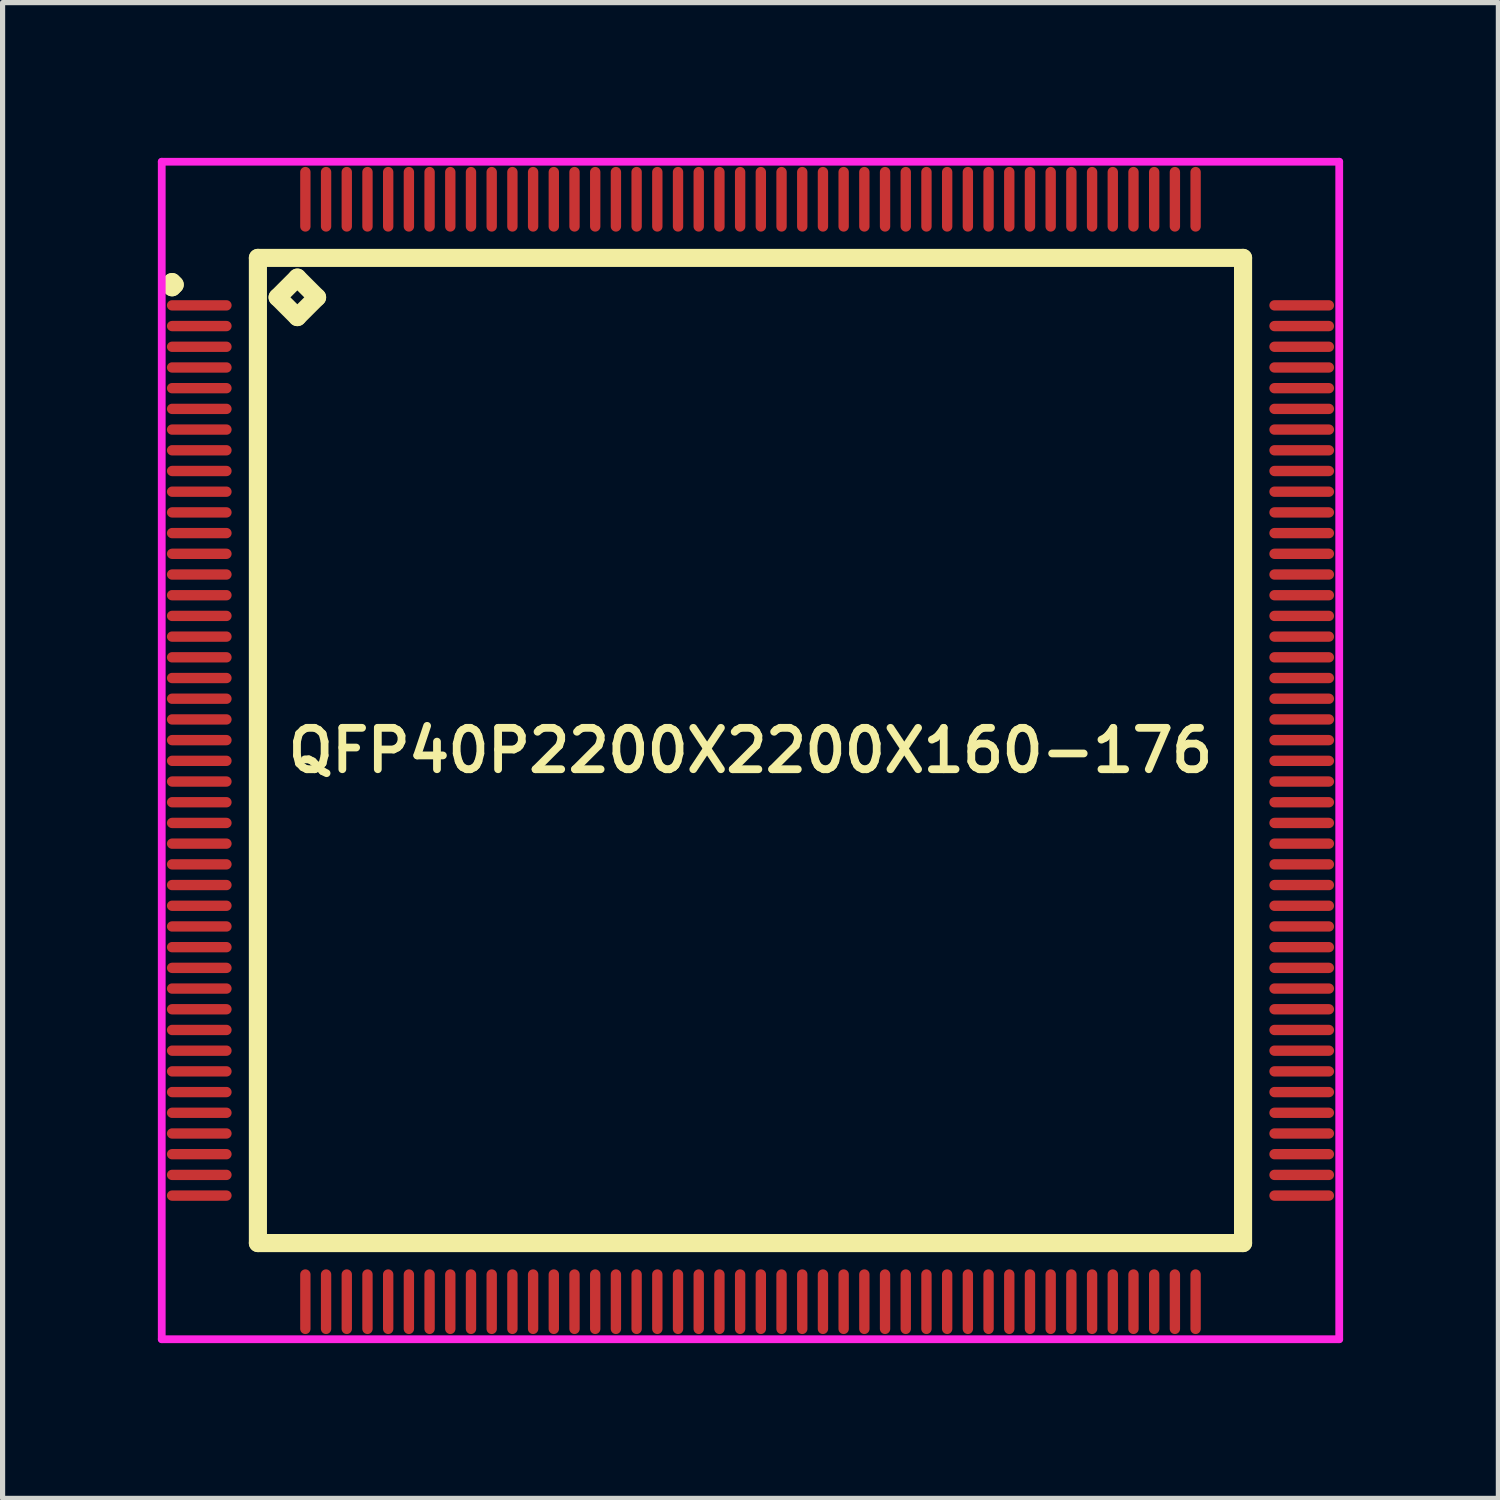
<source format=kicad_pcb>
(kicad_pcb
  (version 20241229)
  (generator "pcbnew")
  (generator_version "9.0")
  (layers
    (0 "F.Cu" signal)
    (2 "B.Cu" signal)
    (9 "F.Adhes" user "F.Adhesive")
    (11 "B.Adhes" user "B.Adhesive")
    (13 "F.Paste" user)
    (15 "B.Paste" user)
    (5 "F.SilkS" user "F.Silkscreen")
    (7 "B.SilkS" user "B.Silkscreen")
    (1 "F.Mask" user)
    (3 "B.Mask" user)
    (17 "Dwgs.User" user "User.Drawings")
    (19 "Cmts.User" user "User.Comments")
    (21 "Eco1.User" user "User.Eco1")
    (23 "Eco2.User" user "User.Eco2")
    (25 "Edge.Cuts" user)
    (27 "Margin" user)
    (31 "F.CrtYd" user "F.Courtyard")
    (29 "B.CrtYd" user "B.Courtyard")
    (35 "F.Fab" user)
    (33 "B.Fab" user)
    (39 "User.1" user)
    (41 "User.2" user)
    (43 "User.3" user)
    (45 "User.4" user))
  (footprint "QFP40P2200X2200X160-176"
    (layer "F.Cu")
    (at 11.45 11.45)
    (property "Reference" "QFP40P2200X2200X160-176" (at 0 0 0) (layer "F.SilkS") (effects (font (size 0.8 0.8) (thickness 0.15))))
    (attr through_hole)
    (fp_line (start -11.225 -9) (end -11.175 -9.05) (stroke (width 0.35) (type solid)) (layer "F.SilkS"))
    (fp_line (start -11.175 -9.05) (end -11.125 -9) (stroke (width 0.35) (type solid)) (layer "F.SilkS"))
    (fp_line (start -11.175 -8.95) (end -11.225 -9) (stroke (width 0.35) (type solid)) (layer "F.SilkS"))
    (fp_line (start -11.125 -9) (end -11.175 -8.95) (stroke (width 0.35) (type solid)) (layer "F.SilkS"))
    (fp_line (start -9.517 -9.517) (end -9.517 9.517) (stroke (width 0.35) (type solid)) (layer "F.SilkS"))
    (fp_line (start -9.517 9.517) (end 9.517 9.517) (stroke (width 0.35) (type solid)) (layer "F.SilkS"))
    (fp_line (start -9.136 -8.755) (end -8.755 -9.136) (stroke (width 0.35) (type solid)) (layer "F.SilkS"))
    (fp_line (start -8.755 -9.136) (end -8.374 -8.755) (stroke (width 0.35) (type solid)) (layer "F.SilkS"))
    (fp_line (start -8.755 -8.374) (end -9.136 -8.755) (stroke (width 0.35) (type solid)) (layer "F.SilkS"))
    (fp_line (start -8.374 -8.755) (end -8.755 -8.374) (stroke (width 0.35) (type solid)) (layer "F.SilkS"))
    (fp_line (start 9.517 -9.517) (end -9.517 -9.517) (stroke (width 0.35) (type solid)) (layer "F.SilkS"))
    (fp_line (start 9.517 9.517) (end 9.517 -9.517) (stroke (width 0.35) (type solid)) (layer "F.SilkS"))
    (fp_line (start -11.375 -11.375) (end 11.375 -11.375) (stroke (width 0.15) (type solid)) (layer "F.CrtYd"))
    (fp_line (start -11.375 11.375) (end -11.375 -11.375) (stroke (width 0.15) (type solid)) (layer "F.CrtYd"))
    (fp_line (start 11.375 -11.375) (end 11.375 11.375) (stroke (width 0.15) (type solid)) (layer "F.CrtYd"))
    (fp_line (start 11.375 11.375) (end -11.375 11.375) (stroke (width 0.15) (type solid)) (layer "F.CrtYd"))
    (pad "1" smd oval (at -10.65 -8.6) (size 1.25 0.2) (layers "F.Cu" "F.Mask" "F.Paste"))
    (pad "2" smd oval (at -10.65 -8.2) (size 1.25 0.2) (layers "F.Cu" "F.Mask" "F.Paste"))
    (pad "3" smd oval (at -10.65 -7.8) (size 1.25 0.2) (layers "F.Cu" "F.Mask" "F.Paste"))
    (pad "4" smd oval (at -10.65 -7.4) (size 1.25 0.2) (layers "F.Cu" "F.Mask" "F.Paste"))
    (pad "5" smd oval (at -10.65 -7) (size 1.25 0.2) (layers "F.Cu" "F.Mask" "F.Paste"))
    (pad "6" smd oval (at -10.65 -6.6) (size 1.25 0.2) (layers "F.Cu" "F.Mask" "F.Paste"))
    (pad "7" smd oval (at -10.65 -6.2) (size 1.25 0.2) (layers "F.Cu" "F.Mask" "F.Paste"))
    (pad "8" smd oval (at -10.65 -5.8) (size 1.25 0.2) (layers "F.Cu" "F.Mask" "F.Paste"))
    (pad "9" smd oval (at -10.65 -5.4) (size 1.25 0.2) (layers "F.Cu" "F.Mask" "F.Paste"))
    (pad "10" smd oval (at -10.65 -5) (size 1.25 0.2) (layers "F.Cu" "F.Mask" "F.Paste"))
    (pad "11" smd oval (at -10.65 -4.6) (size 1.25 0.2) (layers "F.Cu" "F.Mask" "F.Paste"))
    (pad "12" smd oval (at -10.65 -4.2) (size 1.25 0.2) (layers "F.Cu" "F.Mask" "F.Paste"))
    (pad "13" smd oval (at -10.65 -3.8) (size 1.25 0.2) (layers "F.Cu" "F.Mask" "F.Paste"))
    (pad "14" smd oval (at -10.65 -3.4) (size 1.25 0.2) (layers "F.Cu" "F.Mask" "F.Paste"))
    (pad "15" smd oval (at -10.65 -3) (size 1.25 0.2) (layers "F.Cu" "F.Mask" "F.Paste"))
    (pad "16" smd oval (at -10.65 -2.6) (size 1.25 0.2) (layers "F.Cu" "F.Mask" "F.Paste"))
    (pad "17" smd oval (at -10.65 -2.2) (size 1.25 0.2) (layers "F.Cu" "F.Mask" "F.Paste"))
    (pad "18" smd oval (at -10.65 -1.8) (size 1.25 0.2) (layers "F.Cu" "F.Mask" "F.Paste"))
    (pad "19" smd oval (at -10.65 -1.4) (size 1.25 0.2) (layers "F.Cu" "F.Mask" "F.Paste"))
    (pad "20" smd oval (at -10.65 -1) (size 1.25 0.2) (layers "F.Cu" "F.Mask" "F.Paste"))
    (pad "21" smd oval (at -10.65 -0.6) (size 1.25 0.2) (layers "F.Cu" "F.Mask" "F.Paste"))
    (pad "22" smd oval (at -10.65 -0.2) (size 1.25 0.2) (layers "F.Cu" "F.Mask" "F.Paste"))
    (pad "23" smd oval (at -10.65 0.2) (size 1.25 0.2) (layers "F.Cu" "F.Mask" "F.Paste"))
    (pad "24" smd oval (at -10.65 0.6) (size 1.25 0.2) (layers "F.Cu" "F.Mask" "F.Paste"))
    (pad "25" smd oval (at -10.65 1) (size 1.25 0.2) (layers "F.Cu" "F.Mask" "F.Paste"))
    (pad "26" smd oval (at -10.65 1.4) (size 1.25 0.2) (layers "F.Cu" "F.Mask" "F.Paste"))
    (pad "27" smd oval (at -10.65 1.8) (size 1.25 0.2) (layers "F.Cu" "F.Mask" "F.Paste"))
    (pad "28" smd oval (at -10.65 2.2) (size 1.25 0.2) (layers "F.Cu" "F.Mask" "F.Paste"))
    (pad "29" smd oval (at -10.65 2.6) (size 1.25 0.2) (layers "F.Cu" "F.Mask" "F.Paste"))
    (pad "30" smd oval (at -10.65 3) (size 1.25 0.2) (layers "F.Cu" "F.Mask" "F.Paste"))
    (pad "31" smd oval (at -10.65 3.4) (size 1.25 0.2) (layers "F.Cu" "F.Mask" "F.Paste"))
    (pad "32" smd oval (at -10.65 3.8) (size 1.25 0.2) (layers "F.Cu" "F.Mask" "F.Paste"))
    (pad "33" smd oval (at -10.65 4.2) (size 1.25 0.2) (layers "F.Cu" "F.Mask" "F.Paste"))
    (pad "34" smd oval (at -10.65 4.6) (size 1.25 0.2) (layers "F.Cu" "F.Mask" "F.Paste"))
    (pad "35" smd oval (at -10.65 5) (size 1.25 0.2) (layers "F.Cu" "F.Mask" "F.Paste"))
    (pad "36" smd oval (at -10.65 5.4) (size 1.25 0.2) (layers "F.Cu" "F.Mask" "F.Paste"))
    (pad "37" smd oval (at -10.65 5.8) (size 1.25 0.2) (layers "F.Cu" "F.Mask" "F.Paste"))
    (pad "38" smd oval (at -10.65 6.2) (size 1.25 0.2) (layers "F.Cu" "F.Mask" "F.Paste"))
    (pad "39" smd oval (at -10.65 6.6) (size 1.25 0.2) (layers "F.Cu" "F.Mask" "F.Paste"))
    (pad "40" smd oval (at -10.65 7) (size 1.25 0.2) (layers "F.Cu" "F.Mask" "F.Paste"))
    (pad "41" smd oval (at -10.65 7.4) (size 1.25 0.2) (layers "F.Cu" "F.Mask" "F.Paste"))
    (pad "42" smd oval (at -10.65 7.8) (size 1.25 0.2) (layers "F.Cu" "F.Mask" "F.Paste"))
    (pad "43" smd oval (at -10.65 8.2) (size 1.25 0.2) (layers "F.Cu" "F.Mask" "F.Paste"))
    (pad "44" smd oval (at -10.65 8.6) (size 1.25 0.2) (layers "F.Cu" "F.Mask" "F.Paste"))
    (pad "45" smd oval (at -8.6 10.65) (size 0.2 1.25) (layers "F.Cu" "F.Mask" "F.Paste"))
    (pad "46" smd oval (at -8.2 10.65) (size 0.2 1.25) (layers "F.Cu" "F.Mask" "F.Paste"))
    (pad "47" smd oval (at -7.8 10.65) (size 0.2 1.25) (layers "F.Cu" "F.Mask" "F.Paste"))
    (pad "48" smd oval (at -7.4 10.65) (size 0.2 1.25) (layers "F.Cu" "F.Mask" "F.Paste"))
    (pad "49" smd oval (at -7 10.65) (size 0.2 1.25) (layers "F.Cu" "F.Mask" "F.Paste"))
    (pad "50" smd oval (at -6.6 10.65) (size 0.2 1.25) (layers "F.Cu" "F.Mask" "F.Paste"))
    (pad "51" smd oval (at -6.2 10.65) (size 0.2 1.25) (layers "F.Cu" "F.Mask" "F.Paste"))
    (pad "52" smd oval (at -5.8 10.65) (size 0.2 1.25) (layers "F.Cu" "F.Mask" "F.Paste"))
    (pad "53" smd oval (at -5.4 10.65) (size 0.2 1.25) (layers "F.Cu" "F.Mask" "F.Paste"))
    (pad "54" smd oval (at -5 10.65) (size 0.2 1.25) (layers "F.Cu" "F.Mask" "F.Paste"))
    (pad "55" smd oval (at -4.6 10.65) (size 0.2 1.25) (layers "F.Cu" "F.Mask" "F.Paste"))
    (pad "56" smd oval (at -4.2 10.65) (size 0.2 1.25) (layers "F.Cu" "F.Mask" "F.Paste"))
    (pad "57" smd oval (at -3.8 10.65) (size 0.2 1.25) (layers "F.Cu" "F.Mask" "F.Paste"))
    (pad "58" smd oval (at -3.4 10.65) (size 0.2 1.25) (layers "F.Cu" "F.Mask" "F.Paste"))
    (pad "59" smd oval (at -3 10.65) (size 0.2 1.25) (layers "F.Cu" "F.Mask" "F.Paste"))
    (pad "60" smd oval (at -2.6 10.65) (size 0.2 1.25) (layers "F.Cu" "F.Mask" "F.Paste"))
    (pad "61" smd oval (at -2.2 10.65) (size 0.2 1.25) (layers "F.Cu" "F.Mask" "F.Paste"))
    (pad "62" smd oval (at -1.8 10.65) (size 0.2 1.25) (layers "F.Cu" "F.Mask" "F.Paste"))
    (pad "63" smd oval (at -1.4 10.65) (size 0.2 1.25) (layers "F.Cu" "F.Mask" "F.Paste"))
    (pad "64" smd oval (at -1 10.65) (size 0.2 1.25) (layers "F.Cu" "F.Mask" "F.Paste"))
    (pad "65" smd oval (at -0.6 10.65) (size 0.2 1.25) (layers "F.Cu" "F.Mask" "F.Paste"))
    (pad "66" smd oval (at -0.2 10.65) (size 0.2 1.25) (layers "F.Cu" "F.Mask" "F.Paste"))
    (pad "67" smd oval (at 0.2 10.65) (size 0.2 1.25) (layers "F.Cu" "F.Mask" "F.Paste"))
    (pad "68" smd oval (at 0.6 10.65) (size 0.2 1.25) (layers "F.Cu" "F.Mask" "F.Paste"))
    (pad "69" smd oval (at 1 10.65) (size 0.2 1.25) (layers "F.Cu" "F.Mask" "F.Paste"))
    (pad "70" smd oval (at 1.4 10.65) (size 0.2 1.25) (layers "F.Cu" "F.Mask" "F.Paste"))
    (pad "71" smd oval (at 1.8 10.65) (size 0.2 1.25) (layers "F.Cu" "F.Mask" "F.Paste"))
    (pad "72" smd oval (at 2.2 10.65) (size 0.2 1.25) (layers "F.Cu" "F.Mask" "F.Paste"))
    (pad "73" smd oval (at 2.6 10.65) (size 0.2 1.25) (layers "F.Cu" "F.Mask" "F.Paste"))
    (pad "74" smd oval (at 3 10.65) (size 0.2 1.25) (layers "F.Cu" "F.Mask" "F.Paste"))
    (pad "75" smd oval (at 3.4 10.65) (size 0.2 1.25) (layers "F.Cu" "F.Mask" "F.Paste"))
    (pad "76" smd oval (at 3.8 10.65) (size 0.2 1.25) (layers "F.Cu" "F.Mask" "F.Paste"))
    (pad "77" smd oval (at 4.2 10.65) (size 0.2 1.25) (layers "F.Cu" "F.Mask" "F.Paste"))
    (pad "78" smd oval (at 4.6 10.65) (size 0.2 1.25) (layers "F.Cu" "F.Mask" "F.Paste"))
    (pad "79" smd oval (at 5 10.65) (size 0.2 1.25) (layers "F.Cu" "F.Mask" "F.Paste"))
    (pad "80" smd oval (at 5.4 10.65) (size 0.2 1.25) (layers "F.Cu" "F.Mask" "F.Paste"))
    (pad "81" smd oval (at 5.8 10.65) (size 0.2 1.25) (layers "F.Cu" "F.Mask" "F.Paste"))
    (pad "82" smd oval (at 6.2 10.65) (size 0.2 1.25) (layers "F.Cu" "F.Mask" "F.Paste"))
    (pad "83" smd oval (at 6.6 10.65) (size 0.2 1.25) (layers "F.Cu" "F.Mask" "F.Paste"))
    (pad "84" smd oval (at 7 10.65) (size 0.2 1.25) (layers "F.Cu" "F.Mask" "F.Paste"))
    (pad "85" smd oval (at 7.4 10.65) (size 0.2 1.25) (layers "F.Cu" "F.Mask" "F.Paste"))
    (pad "86" smd oval (at 7.8 10.65) (size 0.2 1.25) (layers "F.Cu" "F.Mask" "F.Paste"))
    (pad "87" smd oval (at 8.2 10.65) (size 0.2 1.25) (layers "F.Cu" "F.Mask" "F.Paste"))
    (pad "88" smd oval (at 8.6 10.65) (size 0.2 1.25) (layers "F.Cu" "F.Mask" "F.Paste"))
    (pad "89" smd oval (at 10.65 8.6) (size 1.25 0.2) (layers "F.Cu" "F.Mask" "F.Paste"))
    (pad "90" smd oval (at 10.65 8.2) (size 1.25 0.2) (layers "F.Cu" "F.Mask" "F.Paste"))
    (pad "91" smd oval (at 10.65 7.8) (size 1.25 0.2) (layers "F.Cu" "F.Mask" "F.Paste"))
    (pad "92" smd oval (at 10.65 7.4) (size 1.25 0.2) (layers "F.Cu" "F.Mask" "F.Paste"))
    (pad "93" smd oval (at 10.65 7) (size 1.25 0.2) (layers "F.Cu" "F.Mask" "F.Paste"))
    (pad "94" smd oval (at 10.65 6.6) (size 1.25 0.2) (layers "F.Cu" "F.Mask" "F.Paste"))
    (pad "95" smd oval (at 10.65 6.2) (size 1.25 0.2) (layers "F.Cu" "F.Mask" "F.Paste"))
    (pad "96" smd oval (at 10.65 5.8) (size 1.25 0.2) (layers "F.Cu" "F.Mask" "F.Paste"))
    (pad "97" smd oval (at 10.65 5.4) (size 1.25 0.2) (layers "F.Cu" "F.Mask" "F.Paste"))
    (pad "98" smd oval (at 10.65 5) (size 1.25 0.2) (layers "F.Cu" "F.Mask" "F.Paste"))
    (pad "99" smd oval (at 10.65 4.6) (size 1.25 0.2) (layers "F.Cu" "F.Mask" "F.Paste"))
    (pad "100" smd oval (at 10.65 4.2) (size 1.25 0.2) (layers "F.Cu" "F.Mask" "F.Paste"))
    (pad "101" smd oval (at 10.65 3.8) (size 1.25 0.2) (layers "F.Cu" "F.Mask" "F.Paste"))
    (pad "102" smd oval (at 10.65 3.4) (size 1.25 0.2) (layers "F.Cu" "F.Mask" "F.Paste"))
    (pad "103" smd oval (at 10.65 3) (size 1.25 0.2) (layers "F.Cu" "F.Mask" "F.Paste"))
    (pad "104" smd oval (at 10.65 2.6) (size 1.25 0.2) (layers "F.Cu" "F.Mask" "F.Paste"))
    (pad "105" smd oval (at 10.65 2.2) (size 1.25 0.2) (layers "F.Cu" "F.Mask" "F.Paste"))
    (pad "106" smd oval (at 10.65 1.8) (size 1.25 0.2) (layers "F.Cu" "F.Mask" "F.Paste"))
    (pad "107" smd oval (at 10.65 1.4) (size 1.25 0.2) (layers "F.Cu" "F.Mask" "F.Paste"))
    (pad "108" smd oval (at 10.65 1) (size 1.25 0.2) (layers "F.Cu" "F.Mask" "F.Paste"))
    (pad "109" smd oval (at 10.65 0.6) (size 1.25 0.2) (layers "F.Cu" "F.Mask" "F.Paste"))
    (pad "110" smd oval (at 10.65 0.2) (size 1.25 0.2) (layers "F.Cu" "F.Mask" "F.Paste"))
    (pad "111" smd oval (at 10.65 -0.2) (size 1.25 0.2) (layers "F.Cu" "F.Mask" "F.Paste"))
    (pad "112" smd oval (at 10.65 -0.6) (size 1.25 0.2) (layers "F.Cu" "F.Mask" "F.Paste"))
    (pad "113" smd oval (at 10.65 -1) (size 1.25 0.2) (layers "F.Cu" "F.Mask" "F.Paste"))
    (pad "114" smd oval (at 10.65 -1.4) (size 1.25 0.2) (layers "F.Cu" "F.Mask" "F.Paste"))
    (pad "115" smd oval (at 10.65 -1.8) (size 1.25 0.2) (layers "F.Cu" "F.Mask" "F.Paste"))
    (pad "116" smd oval (at 10.65 -2.2) (size 1.25 0.2) (layers "F.Cu" "F.Mask" "F.Paste"))
    (pad "117" smd oval (at 10.65 -2.6) (size 1.25 0.2) (layers "F.Cu" "F.Mask" "F.Paste"))
    (pad "118" smd oval (at 10.65 -3) (size 1.25 0.2) (layers "F.Cu" "F.Mask" "F.Paste"))
    (pad "119" smd oval (at 10.65 -3.4) (size 1.25 0.2) (layers "F.Cu" "F.Mask" "F.Paste"))
    (pad "120" smd oval (at 10.65 -3.8) (size 1.25 0.2) (layers "F.Cu" "F.Mask" "F.Paste"))
    (pad "121" smd oval (at 10.65 -4.2) (size 1.25 0.2) (layers "F.Cu" "F.Mask" "F.Paste"))
    (pad "122" smd oval (at 10.65 -4.6) (size 1.25 0.2) (layers "F.Cu" "F.Mask" "F.Paste"))
    (pad "123" smd oval (at 10.65 -5) (size 1.25 0.2) (layers "F.Cu" "F.Mask" "F.Paste"))
    (pad "124" smd oval (at 10.65 -5.4) (size 1.25 0.2) (layers "F.Cu" "F.Mask" "F.Paste"))
    (pad "125" smd oval (at 10.65 -5.8) (size 1.25 0.2) (layers "F.Cu" "F.Mask" "F.Paste"))
    (pad "126" smd oval (at 10.65 -6.2) (size 1.25 0.2) (layers "F.Cu" "F.Mask" "F.Paste"))
    (pad "127" smd oval (at 10.65 -6.6) (size 1.25 0.2) (layers "F.Cu" "F.Mask" "F.Paste"))
    (pad "128" smd oval (at 10.65 -7) (size 1.25 0.2) (layers "F.Cu" "F.Mask" "F.Paste"))
    (pad "129" smd oval (at 10.65 -7.4) (size 1.25 0.2) (layers "F.Cu" "F.Mask" "F.Paste"))
    (pad "130" smd oval (at 10.65 -7.8) (size 1.25 0.2) (layers "F.Cu" "F.Mask" "F.Paste"))
    (pad "131" smd oval (at 10.65 -8.2) (size 1.25 0.2) (layers "F.Cu" "F.Mask" "F.Paste"))
    (pad "132" smd oval (at 10.65 -8.6) (size 1.25 0.2) (layers "F.Cu" "F.Mask" "F.Paste"))
    (pad "133" smd oval (at 8.6 -10.65) (size 0.2 1.25) (layers "F.Cu" "F.Mask" "F.Paste"))
    (pad "134" smd oval (at 8.2 -10.65) (size 0.2 1.25) (layers "F.Cu" "F.Mask" "F.Paste"))
    (pad "135" smd oval (at 7.8 -10.65) (size 0.2 1.25) (layers "F.Cu" "F.Mask" "F.Paste"))
    (pad "136" smd oval (at 7.4 -10.65) (size 0.2 1.25) (layers "F.Cu" "F.Mask" "F.Paste"))
    (pad "137" smd oval (at 7 -10.65) (size 0.2 1.25) (layers "F.Cu" "F.Mask" "F.Paste"))
    (pad "138" smd oval (at 6.6 -10.65) (size 0.2 1.25) (layers "F.Cu" "F.Mask" "F.Paste"))
    (pad "139" smd oval (at 6.2 -10.65) (size 0.2 1.25) (layers "F.Cu" "F.Mask" "F.Paste"))
    (pad "140" smd oval (at 5.8 -10.65) (size 0.2 1.25) (layers "F.Cu" "F.Mask" "F.Paste"))
    (pad "141" smd oval (at 5.4 -10.65) (size 0.2 1.25) (layers "F.Cu" "F.Mask" "F.Paste"))
    (pad "142" smd oval (at 5 -10.65) (size 0.2 1.25) (layers "F.Cu" "F.Mask" "F.Paste"))
    (pad "143" smd oval (at 4.6 -10.65) (size 0.2 1.25) (layers "F.Cu" "F.Mask" "F.Paste"))
    (pad "144" smd oval (at 4.2 -10.65) (size 0.2 1.25) (layers "F.Cu" "F.Mask" "F.Paste"))
    (pad "145" smd oval (at 3.8 -10.65) (size 0.2 1.25) (layers "F.Cu" "F.Mask" "F.Paste"))
    (pad "146" smd oval (at 3.4 -10.65) (size 0.2 1.25) (layers "F.Cu" "F.Mask" "F.Paste"))
    (pad "147" smd oval (at 3 -10.65) (size 0.2 1.25) (layers "F.Cu" "F.Mask" "F.Paste"))
    (pad "148" smd oval (at 2.6 -10.65) (size 0.2 1.25) (layers "F.Cu" "F.Mask" "F.Paste"))
    (pad "149" smd oval (at 2.2 -10.65) (size 0.2 1.25) (layers "F.Cu" "F.Mask" "F.Paste"))
    (pad "150" smd oval (at 1.8 -10.65) (size 0.2 1.25) (layers "F.Cu" "F.Mask" "F.Paste"))
    (pad "151" smd oval (at 1.4 -10.65) (size 0.2 1.25) (layers "F.Cu" "F.Mask" "F.Paste"))
    (pad "152" smd oval (at 1 -10.65) (size 0.2 1.25) (layers "F.Cu" "F.Mask" "F.Paste"))
    (pad "153" smd oval (at 0.6 -10.65) (size 0.2 1.25) (layers "F.Cu" "F.Mask" "F.Paste"))
    (pad "154" smd oval (at 0.2 -10.65) (size 0.2 1.25) (layers "F.Cu" "F.Mask" "F.Paste"))
    (pad "155" smd oval (at -0.2 -10.65) (size 0.2 1.25) (layers "F.Cu" "F.Mask" "F.Paste"))
    (pad "156" smd oval (at -0.6 -10.65) (size 0.2 1.25) (layers "F.Cu" "F.Mask" "F.Paste"))
    (pad "157" smd oval (at -1 -10.65) (size 0.2 1.25) (layers "F.Cu" "F.Mask" "F.Paste"))
    (pad "158" smd oval (at -1.4 -10.65) (size 0.2 1.25) (layers "F.Cu" "F.Mask" "F.Paste"))
    (pad "159" smd oval (at -1.8 -10.65) (size 0.2 1.25) (layers "F.Cu" "F.Mask" "F.Paste"))
    (pad "160" smd oval (at -2.2 -10.65) (size 0.2 1.25) (layers "F.Cu" "F.Mask" "F.Paste"))
    (pad "161" smd oval (at -2.6 -10.65) (size 0.2 1.25) (layers "F.Cu" "F.Mask" "F.Paste"))
    (pad "162" smd oval (at -3 -10.65) (size 0.2 1.25) (layers "F.Cu" "F.Mask" "F.Paste"))
    (pad "163" smd oval (at -3.4 -10.65) (size 0.2 1.25) (layers "F.Cu" "F.Mask" "F.Paste"))
    (pad "164" smd oval (at -3.8 -10.65) (size 0.2 1.25) (layers "F.Cu" "F.Mask" "F.Paste"))
    (pad "165" smd oval (at -4.2 -10.65) (size 0.2 1.25) (layers "F.Cu" "F.Mask" "F.Paste"))
    (pad "166" smd oval (at -4.6 -10.65) (size 0.2 1.25) (layers "F.Cu" "F.Mask" "F.Paste"))
    (pad "167" smd oval (at -5 -10.65) (size 0.2 1.25) (layers "F.Cu" "F.Mask" "F.Paste"))
    (pad "168" smd oval (at -5.4 -10.65) (size 0.2 1.25) (layers "F.Cu" "F.Mask" "F.Paste"))
    (pad "169" smd oval (at -5.8 -10.65) (size 0.2 1.25) (layers "F.Cu" "F.Mask" "F.Paste"))
    (pad "170" smd oval (at -6.2 -10.65) (size 0.2 1.25) (layers "F.Cu" "F.Mask" "F.Paste"))
    (pad "171" smd oval (at -6.6 -10.65) (size 0.2 1.25) (layers "F.Cu" "F.Mask" "F.Paste"))
    (pad "172" smd oval (at -7 -10.65) (size 0.2 1.25) (layers "F.Cu" "F.Mask" "F.Paste"))
    (pad "173" smd oval (at -7.4 -10.65) (size 0.2 1.25) (layers "F.Cu" "F.Mask" "F.Paste"))
    (pad "174" smd oval (at -7.8 -10.65) (size 0.2 1.25) (layers "F.Cu" "F.Mask" "F.Paste"))
    (pad "175" smd oval (at -8.2 -10.65) (size 0.2 1.25) (layers "F.Cu" "F.Mask" "F.Paste"))
    (pad "176" smd oval (at -8.6 -10.65) (size 0.2 1.25) (layers "F.Cu" "F.Mask" "F.Paste")))
  (gr_rect
    (start -3 -3)
    (end 25.9 25.9)
    (stroke (width 0.1) (type default))
    (fill no)
    (layer "Edge.Cuts")))
</source>
